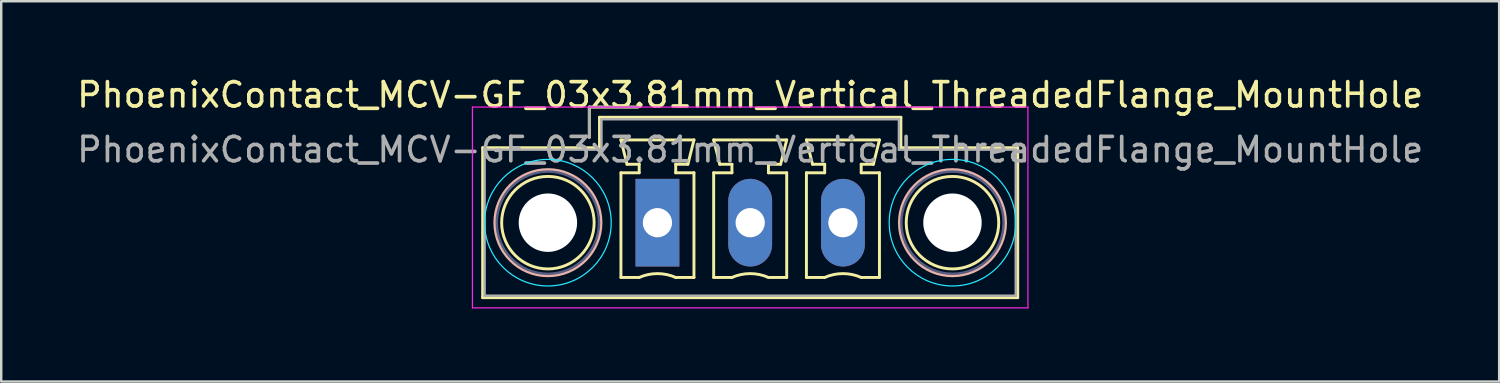
<source format=kicad_pcb>
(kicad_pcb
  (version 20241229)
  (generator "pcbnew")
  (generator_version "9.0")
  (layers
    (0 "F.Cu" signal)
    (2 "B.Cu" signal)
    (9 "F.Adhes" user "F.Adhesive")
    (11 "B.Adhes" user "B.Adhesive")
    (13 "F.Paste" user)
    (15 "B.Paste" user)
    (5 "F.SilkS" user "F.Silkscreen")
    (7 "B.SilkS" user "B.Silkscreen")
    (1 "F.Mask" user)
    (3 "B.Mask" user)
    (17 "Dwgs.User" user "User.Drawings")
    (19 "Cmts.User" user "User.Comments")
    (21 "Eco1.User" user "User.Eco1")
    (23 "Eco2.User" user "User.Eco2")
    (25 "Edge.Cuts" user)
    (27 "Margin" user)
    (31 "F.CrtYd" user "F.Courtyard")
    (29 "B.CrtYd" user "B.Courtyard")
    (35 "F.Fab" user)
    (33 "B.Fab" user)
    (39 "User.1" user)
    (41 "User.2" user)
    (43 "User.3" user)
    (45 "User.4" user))
  (footprint "PhoenixContact_MCV-GF_03x3.81mm_Vertical_ThreadedFlange_MountHole"
    (layer "F.Cu")
    (at 23.958 6.098)
    (property "Reference" "PhoenixContact_MCV-GF_03x3.81mm_Vertical_ThreadedFlange_MountHole" (at 3.81 -5.25 0) (layer "F.SilkS") (effects (font (size 1 1) (thickness 0.15))))
    (attr through_hole)
    (fp_line (start -7.18 -3.08) (end -7.18 3.08) (stroke (width 0.12) (type solid)) (layer "F.SilkS"))
    (fp_line (start -7.18 3.08) (end 14.8 3.08) (stroke (width 0.12) (type solid)) (layer "F.SilkS"))
    (fp_line (start -2.8 -4.75) (end -0.8 -4.75) (stroke (width 0.12) (type solid)) (layer "F.SilkS"))
    (fp_line (start -2.8 -3.5) (end -2.8 -4.75) (stroke (width 0.12) (type solid)) (layer "F.SilkS"))
    (fp_line (start -2.38 -4.33) (end -2.38 -3.08) (stroke (width 0.12) (type solid)) (layer "F.SilkS"))
    (fp_line (start -2.38 -3.08) (end -7.18 -3.08) (stroke (width 0.12) (type solid)) (layer "F.SilkS"))
    (fp_line (start -1.5 -3.4) (end 1.5 -3.4) (stroke (width 0.12) (type solid)) (layer "F.SilkS"))
    (fp_line (start -1.5 -2.05) (end -0.75 -2.05) (stroke (width 0.12) (type solid)) (layer "F.SilkS"))
    (fp_line (start -1.5 2.25) (end -1.5 -2.05) (stroke (width 0.12) (type solid)) (layer "F.SilkS"))
    (fp_line (start -1.25 -2.4) (end -1.5 -3.4) (stroke (width 0.12) (type solid)) (layer "F.SilkS"))
    (fp_line (start -0.75 -2.4) (end -1.25 -2.4) (stroke (width 0.12) (type solid)) (layer "F.SilkS"))
    (fp_line (start -0.75 -2.05) (end -0.75 -2.4) (stroke (width 0.12) (type solid)) (layer "F.SilkS"))
    (fp_line (start -0.75 2.25) (end -1.5 2.25) (stroke (width 0.12) (type solid)) (layer "F.SilkS"))
    (fp_line (start 0.75 -2.4) (end 0.75 -2.05) (stroke (width 0.12) (type solid)) (layer "F.SilkS"))
    (fp_line (start 0.75 -2.05) (end 1.5 -2.05) (stroke (width 0.12) (type solid)) (layer "F.SilkS"))
    (fp_line (start 1.25 -2.4) (end 0.75 -2.4) (stroke (width 0.12) (type solid)) (layer "F.SilkS"))
    (fp_line (start 1.5 -3.4) (end 1.25 -2.4) (stroke (width 0.12) (type solid)) (layer "F.SilkS"))
    (fp_line (start 1.5 -2.05) (end 1.5 2.25) (stroke (width 0.12) (type solid)) (layer "F.SilkS"))
    (fp_line (start 1.5 2.25) (end 0.75 2.25) (stroke (width 0.12) (type solid)) (layer "F.SilkS"))
    (fp_line (start 2.31 -3.4) (end 5.31 -3.4) (stroke (width 0.12) (type solid)) (layer "F.SilkS"))
    (fp_line (start 2.31 -2.05) (end 3.06 -2.05) (stroke (width 0.12) (type solid)) (layer "F.SilkS"))
    (fp_line (start 2.31 2.25) (end 2.31 -2.05) (stroke (width 0.12) (type solid)) (layer "F.SilkS"))
    (fp_line (start 2.56 -2.4) (end 2.31 -3.4) (stroke (width 0.12) (type solid)) (layer "F.SilkS"))
    (fp_line (start 3.06 -2.4) (end 2.56 -2.4) (stroke (width 0.12) (type solid)) (layer "F.SilkS"))
    (fp_line (start 3.06 -2.05) (end 3.06 -2.4) (stroke (width 0.12) (type solid)) (layer "F.SilkS"))
    (fp_line (start 3.06 2.25) (end 2.31 2.25) (stroke (width 0.12) (type solid)) (layer "F.SilkS"))
    (fp_line (start 4.56 -2.4) (end 4.56 -2.05) (stroke (width 0.12) (type solid)) (layer "F.SilkS"))
    (fp_line (start 4.56 -2.05) (end 5.31 -2.05) (stroke (width 0.12) (type solid)) (layer "F.SilkS"))
    (fp_line (start 5.06 -2.4) (end 4.56 -2.4) (stroke (width 0.12) (type solid)) (layer "F.SilkS"))
    (fp_line (start 5.31 -3.4) (end 5.06 -2.4) (stroke (width 0.12) (type solid)) (layer "F.SilkS"))
    (fp_line (start 5.31 -2.05) (end 5.31 2.25) (stroke (width 0.12) (type solid)) (layer "F.SilkS"))
    (fp_line (start 5.31 2.25) (end 4.56 2.25) (stroke (width 0.12) (type solid)) (layer "F.SilkS"))
    (fp_line (start 6.12 -3.4) (end 9.12 -3.4) (stroke (width 0.12) (type solid)) (layer "F.SilkS"))
    (fp_line (start 6.12 -2.05) (end 6.87 -2.05) (stroke (width 0.12) (type solid)) (layer "F.SilkS"))
    (fp_line (start 6.12 2.25) (end 6.12 -2.05) (stroke (width 0.12) (type solid)) (layer "F.SilkS"))
    (fp_line (start 6.37 -2.4) (end 6.12 -3.4) (stroke (width 0.12) (type solid)) (layer "F.SilkS"))
    (fp_line (start 6.87 -2.4) (end 6.37 -2.4) (stroke (width 0.12) (type solid)) (layer "F.SilkS"))
    (fp_line (start 6.87 -2.05) (end 6.87 -2.4) (stroke (width 0.12) (type solid)) (layer "F.SilkS"))
    (fp_line (start 6.87 2.25) (end 6.12 2.25) (stroke (width 0.12) (type solid)) (layer "F.SilkS"))
    (fp_line (start 8.37 -2.4) (end 8.37 -2.05) (stroke (width 0.12) (type solid)) (layer "F.SilkS"))
    (fp_line (start 8.37 -2.05) (end 9.12 -2.05) (stroke (width 0.12) (type solid)) (layer "F.SilkS"))
    (fp_line (start 8.87 -2.4) (end 8.37 -2.4) (stroke (width 0.12) (type solid)) (layer "F.SilkS"))
    (fp_line (start 9.12 -3.4) (end 8.87 -2.4) (stroke (width 0.12) (type solid)) (layer "F.SilkS"))
    (fp_line (start 9.12 -2.05) (end 9.12 2.25) (stroke (width 0.12) (type solid)) (layer "F.SilkS"))
    (fp_line (start 9.12 2.25) (end 8.37 2.25) (stroke (width 0.12) (type solid)) (layer "F.SilkS"))
    (fp_line (start 10 -4.33) (end -2.38 -4.33) (stroke (width 0.12) (type solid)) (layer "F.SilkS"))
    (fp_line (start 10 -3.08) (end 10 -4.33) (stroke (width 0.12) (type solid)) (layer "F.SilkS"))
    (fp_line (start 14.8 -3.08) (end 10 -3.08) (stroke (width 0.12) (type solid)) (layer "F.SilkS"))
    (fp_line (start 14.8 3.08) (end 14.8 -3.08) (stroke (width 0.12) (type solid)) (layer "F.SilkS"))
    (fp_arc (start -0.75 2.25) (mid -0.000193 2.09191) (end 0.749647 2.249844) (stroke (width 0.12) (type solid)) (layer "F.SilkS"))
    (fp_arc (start 3.06 2.25) (mid 3.809807 2.09191) (end 4.559647 2.249844) (stroke (width 0.12) (type solid)) (layer "F.SilkS"))
    (fp_arc (start 6.87 2.25) (mid 7.619807 2.09191) (end 8.369647 2.249844) (stroke (width 0.12) (type solid)) (layer "F.SilkS"))
    (fp_circle (center -4.5 0) (end -2.6 0) (stroke (width 0.12) (type solid)) (fill no) (layer "F.SilkS"))
    (fp_circle (center 12.12 0) (end 14.02 0) (stroke (width 0.12) (type solid)) (fill no) (layer "F.SilkS"))
    (fp_circle (center -4.5 0) (end -2.32 0) (stroke (width 0.12) (type solid)) (fill no) (layer "B.SilkS"))
    (fp_circle (center 12.12 0) (end 14.3 0) (stroke (width 0.12) (type solid)) (fill no) (layer "B.SilkS"))
    (fp_circle (center -4.5 0) (end -1.9 0) (stroke (width 0.05) (type solid)) (fill no) (layer "B.CrtYd"))
    (fp_circle (center 12.12 0) (end 14.72 0) (stroke (width 0.05) (type solid)) (fill no) (layer "B.CrtYd"))
    (fp_line (start -7.6 -4.75) (end -7.6 3.5) (stroke (width 0.05) (type solid)) (layer "F.CrtYd"))
    (fp_line (start -7.6 3.5) (end 15.22 3.5) (stroke (width 0.05) (type solid)) (layer "F.CrtYd"))
    (fp_line (start 15.22 -4.75) (end -7.6 -4.75) (stroke (width 0.05) (type solid)) (layer "F.CrtYd"))
    (fp_line (start 15.22 3.5) (end 15.22 -4.75) (stroke (width 0.05) (type solid)) (layer "F.CrtYd"))
    (fp_circle (center -4.5 0) (end -2.4 0) (stroke (width 0.1) (type solid)) (fill no) (layer "B.Fab"))
    (fp_circle (center 12.12 0) (end 14.22 0) (stroke (width 0.1) (type solid)) (fill no) (layer "B.Fab"))
    (fp_line (start -7.1 -3) (end -7.1 3) (stroke (width 0.1) (type solid)) (layer "F.Fab"))
    (fp_line (start -7.1 3) (end 14.72 3) (stroke (width 0.1) (type solid)) (layer "F.Fab"))
    (fp_line (start -2.8 -4.75) (end -0.8 -4.75) (stroke (width 0.1) (type solid)) (layer "F.Fab"))
    (fp_line (start -2.8 -3.5) (end -2.8 -4.75) (stroke (width 0.1) (type solid)) (layer "F.Fab"))
    (fp_line (start -2.3 -4.25) (end -2.3 -3) (stroke (width 0.1) (type solid)) (layer "F.Fab"))
    (fp_line (start -2.3 -3) (end -7.1 -3) (stroke (width 0.1) (type solid)) (layer "F.Fab"))
    (fp_line (start 9.92 -4.25) (end -2.3 -4.25) (stroke (width 0.1) (type solid)) (layer "F.Fab"))
    (fp_line (start 9.92 -3) (end 9.92 -4.25) (stroke (width 0.1) (type solid)) (layer "F.Fab"))
    (fp_line (start 14.72 -3) (end 9.92 -3) (stroke (width 0.1) (type solid)) (layer "F.Fab"))
    (fp_line (start 14.72 3) (end 14.72 -3) (stroke (width 0.1) (type solid)) (layer "F.Fab"))
    (fp_text user "${REFERENCE}" (at 3.81 -3 0) (layer "F.Fab") (effects (font (size 1 1) (thickness 0.15))))
    (pad "" np_thru_hole circle (at -4.5 0) (size 2.4 2.4) (drill 2.4) (layers "*.Cu" "*.Mask"))
    (pad "" np_thru_hole circle (at 12.12 0) (size 2.4 2.4) (drill 2.4) (layers "*.Cu" "*.Mask"))
    (pad "1" thru_hole rect (at 0 0) (size 1.8 3.6) (drill 1.2) (layers "*.Cu" "*.Mask"))
    (pad "2" thru_hole oval (at 3.81 0) (size 1.8 3.6) (drill 1.2) (layers "*.Cu" "*.Mask"))
    (pad "3" thru_hole oval (at 7.62 0) (size 1.8 3.6) (drill 1.2) (layers "*.Cu" "*.Mask")))
  (gr_rect
    (start -3 -3)
    (end 58.536 12.623)
    (stroke (width 0.1) (type default))
    (fill no)
    (layer "Edge.Cuts")))
</source>
